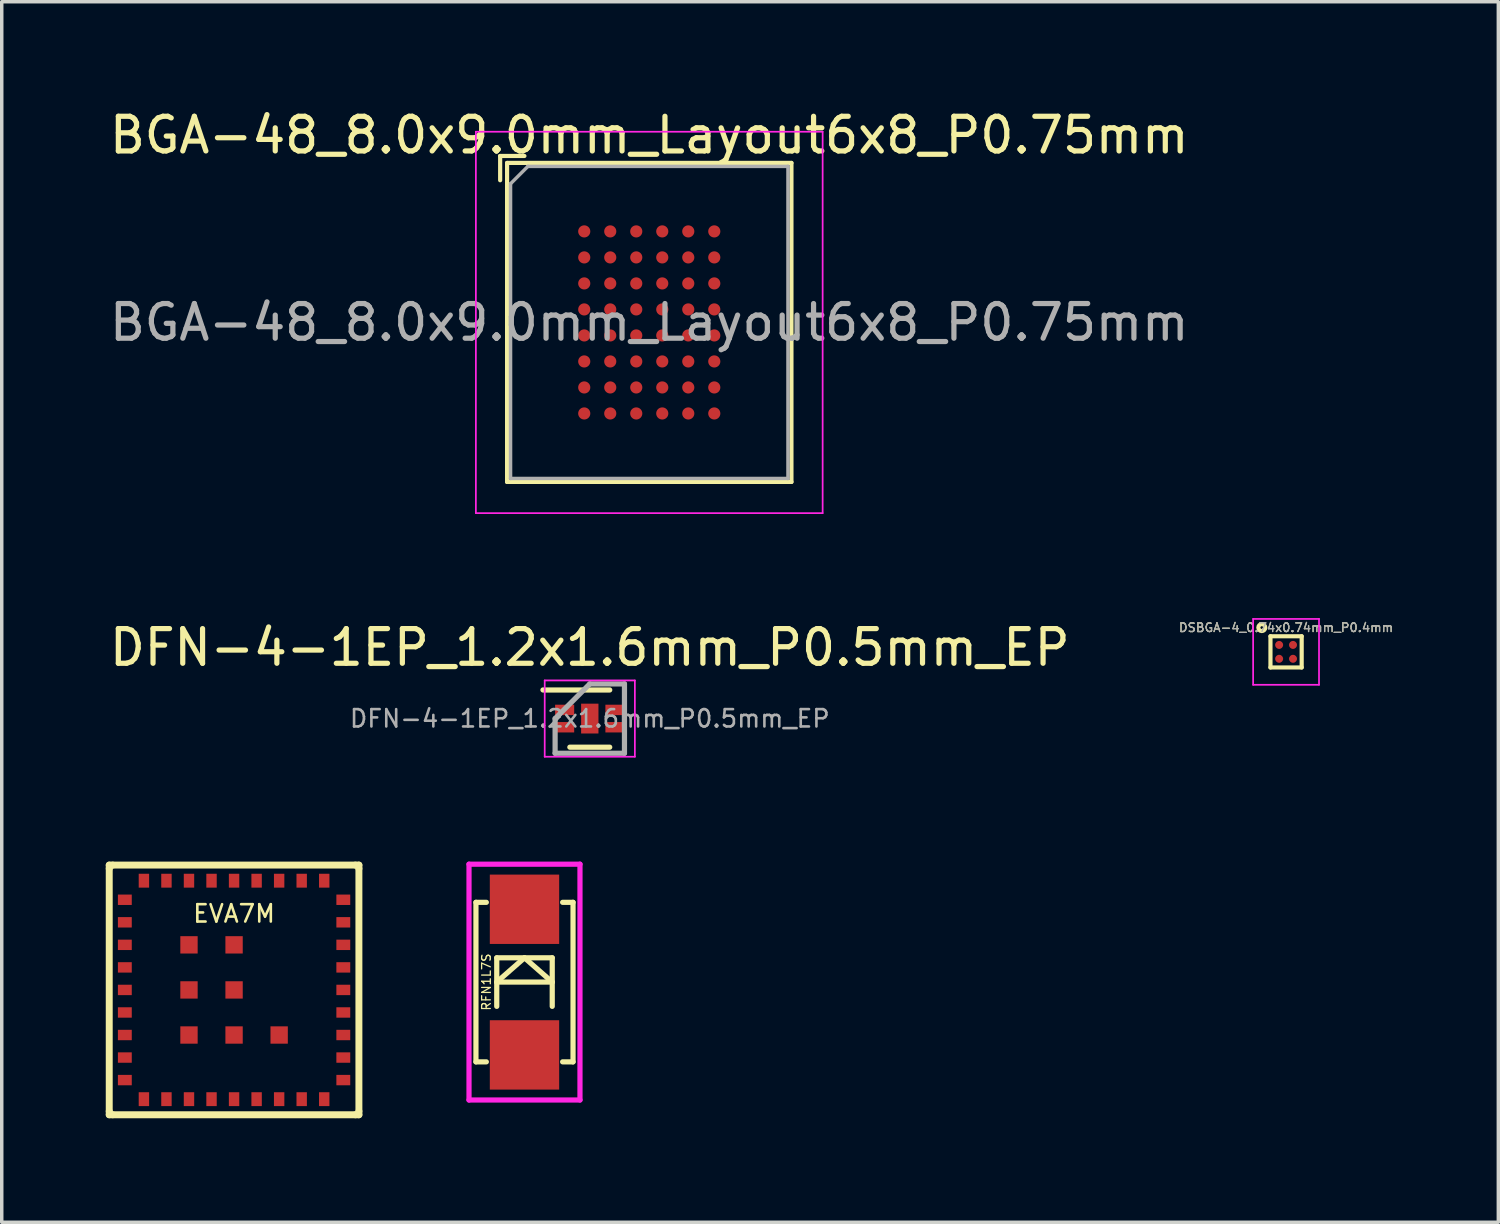
<source format=kicad_pcb>
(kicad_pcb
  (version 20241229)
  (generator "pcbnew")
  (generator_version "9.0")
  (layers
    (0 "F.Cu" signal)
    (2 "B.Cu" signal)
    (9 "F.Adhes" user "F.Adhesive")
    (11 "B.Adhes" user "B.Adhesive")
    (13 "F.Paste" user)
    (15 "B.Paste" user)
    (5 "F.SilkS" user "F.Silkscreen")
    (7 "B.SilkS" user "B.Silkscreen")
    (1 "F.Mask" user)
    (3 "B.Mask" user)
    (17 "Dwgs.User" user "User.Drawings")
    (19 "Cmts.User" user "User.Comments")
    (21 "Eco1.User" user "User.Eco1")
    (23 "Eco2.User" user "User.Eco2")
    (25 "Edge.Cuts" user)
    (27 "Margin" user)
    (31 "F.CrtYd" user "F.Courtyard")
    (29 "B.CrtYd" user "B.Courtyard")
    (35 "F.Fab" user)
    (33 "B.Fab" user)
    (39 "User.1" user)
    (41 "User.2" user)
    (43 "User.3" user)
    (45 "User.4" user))
  (footprint "DSBGA-4_0.74x0.74mm_P0.4mm"
    (layer "F.Cu")
    (at 34.037 15.748)
    (property "Reference" "DSBGA-4_0.74x0.74mm_P0.4mm" (at 0 -0.7 0) (layer "F.SilkS") (effects (font (size 0.25 0.25) (thickness 0.037))))
    (attr smd)
    (fp_line (start -0.45 -0.45) (end 0.45 -0.45) (stroke (width 0.12) (type solid)) (layer "F.SilkS"))
    (fp_line (start -0.45 0.45) (end -0.45 -0.45) (stroke (width 0.12) (type solid)) (layer "F.SilkS"))
    (fp_line (start 0.45 -0.45) (end 0.45 0.45) (stroke (width 0.12) (type solid)) (layer "F.SilkS"))
    (fp_line (start 0.45 0.45) (end -0.45 0.45) (stroke (width 0.12) (type solid)) (layer "F.SilkS"))
    (fp_circle (center -0.7 -0.7) (end -0.6 -0.7) (stroke (width 0.12) (type solid)) (fill no) (layer "F.SilkS"))
    (fp_line (start -0.95 -0.95) (end 0.95 -0.95) (stroke (width 0.05) (type solid)) (layer "F.CrtYd"))
    (fp_line (start -0.95 0.95) (end -0.95 -0.95) (stroke (width 0.05) (type solid)) (layer "F.CrtYd"))
    (fp_line (start 0.95 -0.95) (end 0.95 0.95) (stroke (width 0.05) (type solid)) (layer "F.CrtYd"))
    (fp_line (start 0.95 0.95) (end -0.95 0.95) (stroke (width 0.05) (type solid)) (layer "F.CrtYd"))
    (fp_text user "${REFERENCE}" (at 0 -0.7 0) (layer "F.Fab") (effects (font (size 0.25 0.25) (thickness 0.037))))
    (pad "A1" smd circle (at -0.2 -0.2 90) (size 0.23 0.23) (layers "F.Cu" "F.Mask" "F.Paste"))
    (pad "A2" smd circle (at 0.2 -0.2 90) (size 0.23 0.23) (layers "F.Cu" "F.Mask" "F.Paste"))
    (pad "B1" smd circle (at -0.2 0.2) (size 0.23 0.23) (layers "F.Cu" "F.Mask" "F.Paste"))
    (pad "B2" smd circle (at 0.2 0.2 90) (size 0.23 0.23) (layers "F.Cu" "F.Mask" "F.Paste")))
  (footprint "DFN-4-1EP_1.2x1.6mm_P0.5mm_EP"
    (layer "F.Cu")
    (at 13.958 17.672)
    (property "Reference" "DFN-4-1EP_1.2x1.6mm_P0.5mm_EP" (at 0 -2.05 0) (layer "F.SilkS") (effects (font (size 1 1) (thickness 0.15))))
    (attr smd)
    (fp_line (start -1.35 -0.825) (end 0.575 -0.825) (stroke (width 0.15) (type solid)) (layer "F.SilkS"))
    (fp_line (start -0.575 0.825) (end 0.575 0.825) (stroke (width 0.15) (type solid)) (layer "F.SilkS"))
    (fp_line (start -1.3 -1.1) (end -1.3 1.1) (stroke (width 0.05) (type solid)) (layer "F.CrtYd"))
    (fp_line (start -1.3 -1.1) (end 1.3 -1.1) (stroke (width 0.05) (type solid)) (layer "F.CrtYd"))
    (fp_line (start -1.3 1.1) (end 1.3 1.1) (stroke (width 0.05) (type solid)) (layer "F.CrtYd"))
    (fp_line (start 1.3 -1.1) (end 1.3 1.1) (stroke (width 0.05) (type solid)) (layer "F.CrtYd"))
    (fp_line (start -1 0) (end 0 -1) (stroke (width 0.15) (type solid)) (layer "F.Fab"))
    (fp_line (start -1 1) (end -1 0) (stroke (width 0.15) (type solid)) (layer "F.Fab"))
    (fp_line (start 0 -1) (end 1 -1) (stroke (width 0.15) (type solid)) (layer "F.Fab"))
    (fp_line (start 1 -1) (end 1 1) (stroke (width 0.15) (type solid)) (layer "F.Fab"))
    (fp_line (start 1 1) (end -1 1) (stroke (width 0.15) (type solid)) (layer "F.Fab"))
    (fp_text user "${REFERENCE}" (at 0 0 0) (layer "F.Fab") (effects (font (size 0.5 0.5) (thickness 0.075))))
    (pad "1" smd rect (at -0.725 -0.25) (size 0.55 0.3) (layers "F.Cu" "F.Mask" "F.Paste"))
    (pad "2" smd rect (at -0.725 0.25) (size 0.55 0.3) (layers "F.Cu" "F.Mask" "F.Paste"))
    (pad "3" smd rect (at 0.725 0.25) (size 0.55 0.3) (layers "F.Cu" "F.Mask" "F.Paste"))
    (pad "4" smd rect (at 0.725 -0.25) (size 0.55 0.3) (layers "F.Cu" "F.Mask" "F.Paste"))
    (pad "5" smd rect (at 0 0) (size 0.5 0.86) (layers "F.Cu" "F.Mask")))
  (footprint "EVA7M"
    (layer "F.Cu")
    (at 3.7 25.497)
    (property "Reference" "EVA7M" (at 0 -2.2 0) (layer "F.SilkS") (effects (font (size 0.5 0.5) (thickness 0.075))))
    (attr through_hole)
    (fp_line (start -3.6 -3.6) (end -3.6 -3.5) (stroke (width 0.2) (type solid)) (layer "F.SilkS"))
    (fp_line (start -3.6 -3.5) (end -3.6 3.5) (stroke (width 0.2) (type solid)) (layer "F.SilkS"))
    (fp_line (start -3.6 3.5) (end -3.6 3.6) (stroke (width 0.2) (type solid)) (layer "F.SilkS"))
    (fp_line (start -3.6 3.6) (end -3.5 3.6) (stroke (width 0.2) (type solid)) (layer "F.SilkS"))
    (fp_line (start -3.5 -3.6) (end -3.6 -3.6) (stroke (width 0.2) (type solid)) (layer "F.SilkS"))
    (fp_line (start -3.5 3.6) (end 3.5 3.6) (stroke (width 0.2) (type solid)) (layer "F.SilkS"))
    (fp_line (start 3.5 -3.6) (end -3.5 -3.6) (stroke (width 0.2) (type solid)) (layer "F.SilkS"))
    (fp_line (start 3.5 -3.6) (end 3.6 -3.6) (stroke (width 0.2) (type solid)) (layer "F.SilkS"))
    (fp_line (start 3.5 3.6) (end 3.6 3.6) (stroke (width 0.2) (type solid)) (layer "F.SilkS"))
    (fp_line (start 3.6 -3.6) (end 3.6 -3.5) (stroke (width 0.2) (type solid)) (layer "F.SilkS"))
    (fp_line (start 3.6 3.5) (end 3.6 -3.5) (stroke (width 0.2) (type solid)) (layer "F.SilkS"))
    (fp_line (start 3.6 3.6) (end 3.6 3.5) (stroke (width 0.2) (type solid)) (layer "F.SilkS"))
    (pad "1" smd rect (at -3.15 -2.6) (size 0.4 0.3) (layers "F.Cu" "F.Mask" "F.Paste"))
    (pad "2" smd rect (at -3.15 -1.95) (size 0.4 0.3) (layers "F.Cu" "F.Mask" "F.Paste"))
    (pad "3" smd rect (at -3.15 -1.3) (size 0.4 0.3) (layers "F.Cu" "F.Mask" "F.Paste"))
    (pad "4" smd rect (at -3.15 -0.65) (size 0.4 0.3) (layers "F.Cu" "F.Mask" "F.Paste"))
    (pad "5" smd rect (at -3.15 0) (size 0.4 0.3) (layers "F.Cu" "F.Mask" "F.Paste"))
    (pad "6" smd rect (at -3.15 0.65) (size 0.4 0.3) (layers "F.Cu" "F.Mask" "F.Paste"))
    (pad "7" smd rect (at -3.15 1.3) (size 0.4 0.3) (layers "F.Cu" "F.Mask" "F.Paste"))
    (pad "8" smd rect (at -3.15 1.95) (size 0.4 0.3) (layers "F.Cu" "F.Mask" "F.Paste"))
    (pad "9" smd rect (at -3.15 2.6) (size 0.4 0.3) (layers "F.Cu" "F.Mask" "F.Paste"))
    (pad "10" smd rect (at -2.6 3.15) (size 0.3 0.4) (layers "F.Cu" "F.Mask" "F.Paste"))
    (pad "11" smd rect (at -1.95 3.15) (size 0.3 0.4) (layers "F.Cu" "F.Mask" "F.Paste"))
    (pad "12" smd rect (at -1.3 3.15) (size 0.3 0.4) (layers "F.Cu" "F.Mask" "F.Paste"))
    (pad "13" smd rect (at -0.65 3.15) (size 0.3 0.4) (layers "F.Cu" "F.Mask" "F.Paste"))
    (pad "14" smd rect (at 0 3.15) (size 0.3 0.4) (layers "F.Cu" "F.Mask" "F.Paste"))
    (pad "15" smd rect (at 0.65 3.15) (size 0.3 0.4) (layers "F.Cu" "F.Mask" "F.Paste"))
    (pad "16" smd rect (at 1.3 3.15) (size 0.3 0.4) (layers "F.Cu" "F.Mask" "F.Paste"))
    (pad "17" smd rect (at 1.95 3.15) (size 0.3 0.4) (layers "F.Cu" "F.Mask" "F.Paste"))
    (pad "18" smd rect (at 2.6 3.15) (size 0.3 0.4) (layers "F.Cu" "F.Mask" "F.Paste"))
    (pad "19" smd rect (at 3.15 2.6) (size 0.4 0.3) (layers "F.Cu" "F.Mask" "F.Paste"))
    (pad "20" smd rect (at 3.15 1.95) (size 0.4 0.3) (layers "F.Cu" "F.Mask" "F.Paste"))
    (pad "21" smd rect (at 3.15 1.3) (size 0.4 0.3) (layers "F.Cu" "F.Mask" "F.Paste"))
    (pad "22" smd rect (at 3.15 0.65) (size 0.4 0.3) (layers "F.Cu" "F.Mask" "F.Paste"))
    (pad "23" smd rect (at 3.15 0) (size 0.4 0.3) (layers "F.Cu" "F.Mask" "F.Paste"))
    (pad "24" smd rect (at 3.15 -0.65) (size 0.4 0.3) (layers "F.Cu" "F.Mask" "F.Paste"))
    (pad "25" smd rect (at 3.15 -1.3) (size 0.4 0.3) (layers "F.Cu" "F.Mask" "F.Paste"))
    (pad "26" smd rect (at 3.15 -1.95) (size 0.4 0.3) (layers "F.Cu" "F.Mask" "F.Paste"))
    (pad "27" smd rect (at 3.15 -2.6) (size 0.4 0.3) (layers "F.Cu" "F.Mask" "F.Paste"))
    (pad "28" smd rect (at 2.6 -3.15) (size 0.3 0.4) (layers "F.Cu" "F.Mask" "F.Paste"))
    (pad "29" smd rect (at 1.95 -3.15) (size 0.3 0.4) (layers "F.Cu" "F.Mask" "F.Paste"))
    (pad "30" smd rect (at 1.3 -3.15) (size 0.3 0.4) (layers "F.Cu" "F.Mask" "F.Paste"))
    (pad "31" smd rect (at 0.65 -3.15) (size 0.3 0.4) (layers "F.Cu" "F.Mask" "F.Paste"))
    (pad "32" smd rect (at 0 -3.15) (size 0.3 0.4) (layers "F.Cu" "F.Mask" "F.Paste"))
    (pad "33" smd rect (at -0.65 -3.15) (size 0.3 0.4) (layers "F.Cu" "F.Mask" "F.Paste"))
    (pad "34" smd rect (at -1.3 -3.15) (size 0.3 0.4) (layers "F.Cu" "F.Mask" "F.Paste"))
    (pad "35" smd rect (at -1.95 -3.15) (size 0.3 0.4) (layers "F.Cu" "F.Mask" "F.Paste"))
    (pad "36" smd rect (at -2.6 -3.15) (size 0.3 0.4) (layers "F.Cu" "F.Mask" "F.Paste"))
    (pad "37" smd rect (at -1.3 -1.3) (size 0.5 0.5) (layers "F.Cu" "F.Mask" "F.Paste"))
    (pad "37" smd rect (at -1.3 0) (size 0.5 0.5) (layers "F.Cu" "F.Mask" "F.Paste"))
    (pad "37" smd rect (at -1.3 1.3) (size 0.5 0.5) (layers "F.Cu" "F.Mask" "F.Paste"))
    (pad "37" smd rect (at 0 -1.3) (size 0.5 0.5) (layers "F.Cu" "F.Mask" "F.Paste"))
    (pad "37" smd rect (at 0 0) (size 0.5 0.5) (layers "F.Cu" "F.Mask" "F.Paste"))
    (pad "37" smd rect (at 0 1.3) (size 0.5 0.5) (layers "F.Cu" "F.Mask" "F.Paste"))
    (pad "37" smd rect (at 1.3 1.3) (size 0.5 0.5) (layers "F.Cu" "F.Mask" "F.Paste")))
  (footprint "BGA-48_8.0x9.0mm_Layout6x8_P0.75mm"
    (layer "F.Cu")
    (at 15.673 6.248)
    (property "Reference" "BGA-48_8.0x9.0mm_Layout6x8_P0.75mm" (at 0 -5.4 0) (layer "F.SilkS") (effects (font (size 1 1) (thickness 0.15))))
    (attr smd)
    (fp_line (start -4.3 -4.8) (end -3.6 -4.8) (stroke (width 0.12) (type solid)) (layer "F.SilkS"))
    (fp_line (start -4.3 -4.1) (end -4.3 -4.8) (stroke (width 0.12) (type solid)) (layer "F.SilkS"))
    (fp_line (start -4.1 -4.6) (end 4.1 -4.6) (stroke (width 0.12) (type solid)) (layer "F.SilkS"))
    (fp_line (start -4.1 4.6) (end -4.1 -4.6) (stroke (width 0.12) (type solid)) (layer "F.SilkS"))
    (fp_line (start 4.1 -4.6) (end 4.1 4.6) (stroke (width 0.12) (type solid)) (layer "F.SilkS"))
    (fp_line (start 4.1 4.6) (end -4.1 4.6) (stroke (width 0.12) (type solid)) (layer "F.SilkS"))
    (fp_line (start -5 -5.5) (end -5 5.5) (stroke (width 0.05) (type solid)) (layer "F.CrtYd"))
    (fp_line (start -5 -5.5) (end 5 -5.5) (stroke (width 0.05) (type solid)) (layer "F.CrtYd"))
    (fp_line (start 5 5.5) (end -5 5.5) (stroke (width 0.05) (type solid)) (layer "F.CrtYd"))
    (fp_line (start 5 5.5) (end 5 -5.5) (stroke (width 0.05) (type solid)) (layer "F.CrtYd"))
    (fp_line (start -4 -4) (end -3.5 -4.5) (stroke (width 0.1) (type solid)) (layer "F.Fab"))
    (fp_line (start -4 4.5) (end -4 -4) (stroke (width 0.1) (type solid)) (layer "F.Fab"))
    (fp_line (start -3.5 -4.5) (end 4 -4.5) (stroke (width 0.1) (type solid)) (layer "F.Fab"))
    (fp_line (start 4 -4.5) (end 4 4.5) (stroke (width 0.1) (type solid)) (layer "F.Fab"))
    (fp_line (start 4 4.5) (end -4 4.5) (stroke (width 0.1) (type solid)) (layer "F.Fab"))
    (fp_text user "${REFERENCE}" (at 0 0 0) (layer "F.Fab") (effects (font (size 1 1) (thickness 0.15))))
    (pad "A1" smd circle (at -1.875 -2.625) (size 0.35 0.35) (layers "F.Cu" "F.Mask" "F.Paste"))
    (pad "A2" smd circle (at -1.125 -2.625) (size 0.35 0.35) (layers "F.Cu" "F.Mask" "F.Paste"))
    (pad "A3" smd circle (at -0.375 -2.625) (size 0.35 0.35) (layers "F.Cu" "F.Mask" "F.Paste"))
    (pad "A4" smd circle (at 0.375 -2.625) (size 0.35 0.35) (layers "F.Cu" "F.Mask" "F.Paste"))
    (pad "A5" smd circle (at 1.125 -2.625) (size 0.35 0.35) (layers "F.Cu" "F.Mask" "F.Paste"))
    (pad "A6" smd circle (at 1.875 -2.625) (size 0.35 0.35) (layers "F.Cu" "F.Mask" "F.Paste"))
    (pad "B1" smd circle (at -1.875 -1.875) (size 0.35 0.35) (layers "F.Cu" "F.Mask" "F.Paste"))
    (pad "B2" smd circle (at -1.125 -1.875) (size 0.35 0.35) (layers "F.Cu" "F.Mask" "F.Paste"))
    (pad "B3" smd circle (at -0.375 -1.875) (size 0.35 0.35) (layers "F.Cu" "F.Mask" "F.Paste"))
    (pad "B4" smd circle (at 0.375 -1.875) (size 0.35 0.35) (layers "F.Cu" "F.Mask" "F.Paste"))
    (pad "B5" smd circle (at 1.125 -1.875) (size 0.35 0.35) (layers "F.Cu" "F.Mask" "F.Paste"))
    (pad "B6" smd circle (at 1.875 -1.875) (size 0.35 0.35) (layers "F.Cu" "F.Mask" "F.Paste"))
    (pad "C1" smd circle (at -1.875 -1.125) (size 0.35 0.35) (layers "F.Cu" "F.Mask" "F.Paste"))
    (pad "C2" smd circle (at -1.125 -1.125) (size 0.35 0.35) (layers "F.Cu" "F.Mask" "F.Paste"))
    (pad "C3" smd circle (at -0.375 -1.125) (size 0.35 0.35) (layers "F.Cu" "F.Mask" "F.Paste"))
    (pad "C4" smd circle (at 0.375 -1.125) (size 0.35 0.35) (layers "F.Cu" "F.Mask" "F.Paste"))
    (pad "C5" smd circle (at 1.125 -1.125) (size 0.35 0.35) (layers "F.Cu" "F.Mask" "F.Paste"))
    (pad "C6" smd circle (at 1.875 -1.125) (size 0.35 0.35) (layers "F.Cu" "F.Mask" "F.Paste"))
    (pad "D1" smd circle (at -1.875 -0.375) (size 0.35 0.35) (layers "F.Cu" "F.Mask" "F.Paste"))
    (pad "D2" smd circle (at -1.125 -0.375) (size 0.35 0.35) (layers "F.Cu" "F.Mask" "F.Paste"))
    (pad "D3" smd circle (at -0.375 -0.375) (size 0.35 0.35) (layers "F.Cu" "F.Mask" "F.Paste"))
    (pad "D4" smd circle (at 0.375 -0.375) (size 0.35 0.35) (layers "F.Cu" "F.Mask" "F.Paste"))
    (pad "D5" smd circle (at 1.125 -0.375) (size 0.35 0.35) (layers "F.Cu" "F.Mask" "F.Paste"))
    (pad "D6" smd circle (at 1.875 -0.375) (size 0.35 0.35) (layers "F.Cu" "F.Mask" "F.Paste"))
    (pad "E1" smd circle (at -1.875 0.375) (size 0.35 0.35) (layers "F.Cu" "F.Mask" "F.Paste"))
    (pad "E2" smd circle (at -1.125 0.375) (size 0.35 0.35) (layers "F.Cu" "F.Mask" "F.Paste"))
    (pad "E3" smd circle (at -0.375 0.375) (size 0.35 0.35) (layers "F.Cu" "F.Mask" "F.Paste"))
    (pad "E4" smd circle (at 0.375 0.375) (size 0.35 0.35) (layers "F.Cu" "F.Mask" "F.Paste"))
    (pad "E5" smd circle (at 1.125 0.375) (size 0.35 0.35) (layers "F.Cu" "F.Mask" "F.Paste"))
    (pad "E6" smd circle (at 1.875 0.375) (size 0.35 0.35) (layers "F.Cu" "F.Mask" "F.Paste"))
    (pad "F1" smd circle (at -1.875 1.125) (size 0.35 0.35) (layers "F.Cu" "F.Mask" "F.Paste"))
    (pad "F2" smd circle (at -1.125 1.125) (size 0.35 0.35) (layers "F.Cu" "F.Mask" "F.Paste"))
    (pad "F3" smd circle (at -0.375 1.125) (size 0.35 0.35) (layers "F.Cu" "F.Mask" "F.Paste"))
    (pad "F4" smd circle (at 0.375 1.125) (size 0.35 0.35) (layers "F.Cu" "F.Mask" "F.Paste"))
    (pad "F5" smd circle (at 1.125 1.125) (size 0.35 0.35) (layers "F.Cu" "F.Mask" "F.Paste"))
    (pad "F6" smd circle (at 1.875 1.125) (size 0.35 0.35) (layers "F.Cu" "F.Mask" "F.Paste"))
    (pad "G1" smd circle (at -1.875 1.875) (size 0.35 0.35) (layers "F.Cu" "F.Mask" "F.Paste"))
    (pad "G2" smd circle (at -1.125 1.875) (size 0.35 0.35) (layers "F.Cu" "F.Mask" "F.Paste"))
    (pad "G3" smd circle (at -0.375 1.875) (size 0.35 0.35) (layers "F.Cu" "F.Mask" "F.Paste"))
    (pad "G4" smd circle (at 0.375 1.875) (size 0.35 0.35) (layers "F.Cu" "F.Mask" "F.Paste"))
    (pad "G5" smd circle (at 1.125 1.875) (size 0.35 0.35) (layers "F.Cu" "F.Mask" "F.Paste"))
    (pad "G6" smd circle (at 1.875 1.875) (size 0.35 0.35) (layers "F.Cu" "F.Mask" "F.Paste"))
    (pad "H1" smd circle (at -1.875 2.625) (size 0.35 0.35) (layers "F.Cu" "F.Mask" "F.Paste"))
    (pad "H2" smd circle (at -1.125 2.625) (size 0.35 0.35) (layers "F.Cu" "F.Mask" "F.Paste"))
    (pad "H3" smd circle (at -0.375 2.625) (size 0.35 0.35) (layers "F.Cu" "F.Mask" "F.Paste"))
    (pad "H4" smd circle (at 0.375 2.625) (size 0.35 0.35) (layers "F.Cu" "F.Mask" "F.Paste"))
    (pad "H5" smd circle (at 1.125 2.625) (size 0.35 0.35) (layers "F.Cu" "F.Mask" "F.Paste"))
    (pad "H6" smd circle (at 1.875 2.625) (size 0.35 0.35) (layers "F.Cu" "F.Mask" "F.Paste")))
  (footprint "RFN1L7S"
    (layer "F.Cu")
    (at 12.075 25.271)
    (property "Reference" "RFN1L7S" (at -1.1 0 90) (layer "F.SilkS") (effects (font (size 0.25 0.25) (thickness 0.037))))
    (attr through_hole)
    (fp_line (start -1.4 -2.3) (end -1.4 2.3) (stroke (width 0.15) (type solid)) (layer "F.SilkS"))
    (fp_line (start -1.4 -2.3) (end -1.1 -2.3) (stroke (width 0.15) (type solid)) (layer "F.SilkS"))
    (fp_line (start -1.4 2.3) (end -1.1 2.3) (stroke (width 0.15) (type solid)) (layer "F.SilkS"))
    (fp_line (start -0.8 0) (end 0.8 0) (stroke (width 0.15) (type solid)) (layer "F.SilkS"))
    (fp_line (start -0.8 0.7) (end -0.8 -0.7) (stroke (width 0.15) (type solid)) (layer "F.SilkS"))
    (fp_line (start 0 -0.7) (end -0.8 0) (stroke (width 0.15) (type solid)) (layer "F.SilkS"))
    (fp_line (start 0.8 -0.7) (end -0.8 -0.7) (stroke (width 0.15) (type solid)) (layer "F.SilkS"))
    (fp_line (start 0.8 -0.7) (end 0.8 0.7) (stroke (width 0.15) (type solid)) (layer "F.SilkS"))
    (fp_line (start 0.8 0) (end 0 -0.7) (stroke (width 0.15) (type solid)) (layer "F.SilkS"))
    (fp_line (start 1.1 2.3) (end 1.4 2.3) (stroke (width 0.15) (type solid)) (layer "F.SilkS"))
    (fp_line (start 1.4 -2.3) (end 1.1 -2.3) (stroke (width 0.15) (type solid)) (layer "F.SilkS"))
    (fp_line (start 1.4 2.3) (end 1.4 -2.3) (stroke (width 0.15) (type solid)) (layer "F.SilkS"))
    (fp_line (start -1.6 -3.4) (end 1.6 -3.4) (stroke (width 0.15) (type solid)) (layer "F.CrtYd"))
    (fp_line (start -1.6 3.4) (end -1.6 -3.4) (stroke (width 0.15) (type solid)) (layer "F.CrtYd"))
    (fp_line (start 1.6 -3.4) (end 1.6 3.4) (stroke (width 0.15) (type solid)) (layer "F.CrtYd"))
    (fp_line (start 1.6 3.4) (end -1.6 3.4) (stroke (width 0.15) (type solid)) (layer "F.CrtYd"))
    (pad "1" smd rect (at 0 -2.1) (size 2 2) (layers "F.Cu" "F.Mask" "F.Paste"))
    (pad "2" smd rect (at 0 2.1) (size 2 2) (layers "F.Cu" "F.Mask" "F.Paste")))
  (gr_rect
    (start -3 -3)
    (end 40.158 32.197)
    (stroke (width 0.1) (type default))
    (fill no)
    (layer "Edge.Cuts")))
</source>
